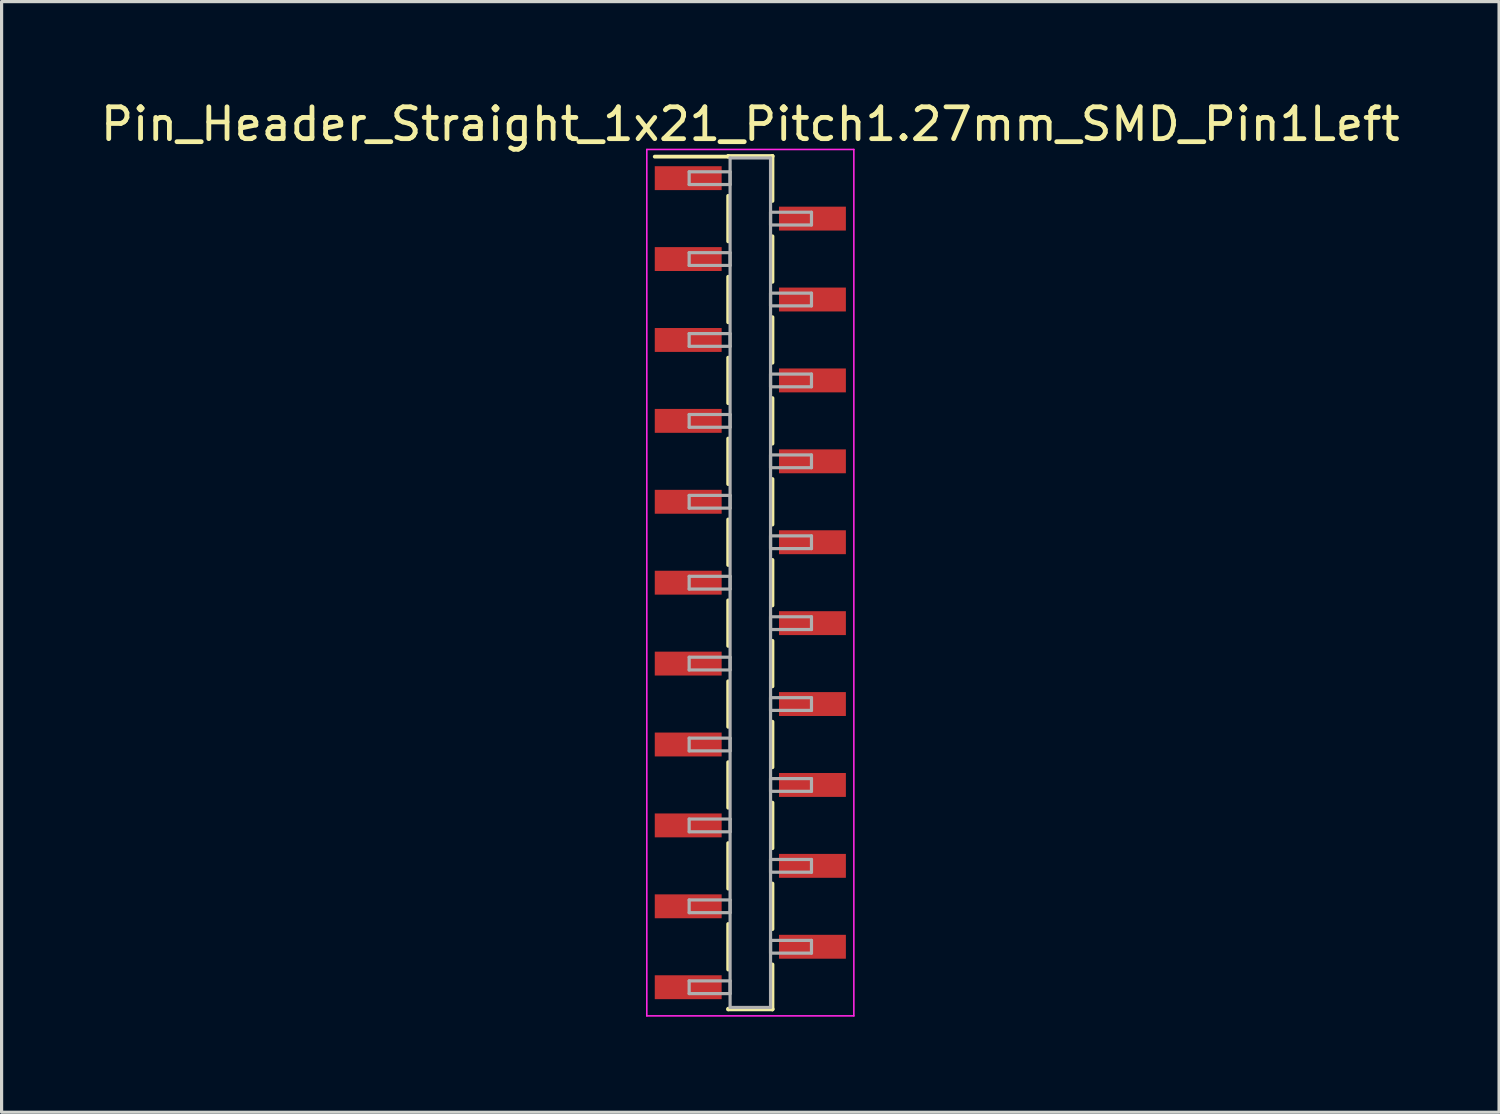
<source format=kicad_pcb>
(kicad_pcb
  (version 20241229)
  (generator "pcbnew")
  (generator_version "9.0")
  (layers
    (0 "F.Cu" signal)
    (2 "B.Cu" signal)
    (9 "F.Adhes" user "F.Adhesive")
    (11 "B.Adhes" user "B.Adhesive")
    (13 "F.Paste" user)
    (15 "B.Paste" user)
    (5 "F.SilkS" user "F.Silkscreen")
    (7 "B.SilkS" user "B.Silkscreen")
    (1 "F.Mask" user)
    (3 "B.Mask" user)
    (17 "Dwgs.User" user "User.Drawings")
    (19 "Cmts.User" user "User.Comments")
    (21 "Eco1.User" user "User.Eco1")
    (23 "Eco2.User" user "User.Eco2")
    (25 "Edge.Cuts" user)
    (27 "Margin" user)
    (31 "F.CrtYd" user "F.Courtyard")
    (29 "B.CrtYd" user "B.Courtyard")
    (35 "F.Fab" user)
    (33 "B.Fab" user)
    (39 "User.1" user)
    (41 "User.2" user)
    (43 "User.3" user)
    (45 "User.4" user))
  (footprint "Pin_Header_Straight_1x21_Pitch1.27mm_SMD_Pin1Left"
    (layer "F.Cu")
    (at 20.506 15.243)
    (property "Reference" "Pin_Header_Straight_1x21_Pitch1.27mm_SMD_Pin1Left" (at 0 -14.395 0) (layer "F.SilkS") (effects (font (size 1 1) (thickness 0.15))))
    (attr smd)
    (fp_line (start -0.695 -13.395) (end 0.695 -13.395) (stroke (width 0.12) (type solid)) (layer "F.SilkS"))
    (fp_line (start -0.695 -13.375) (end -3 -13.375) (stroke (width 0.12) (type solid)) (layer "F.SilkS"))
    (fp_line (start -0.695 -13.375) (end -0.695 -13.395) (stroke (width 0.12) (type solid)) (layer "F.SilkS"))
    (fp_line (start -0.695 -12.145) (end -0.695 -10.715) (stroke (width 0.12) (type solid)) (layer "F.SilkS"))
    (fp_line (start -0.695 -9.605) (end -0.695 -8.175) (stroke (width 0.12) (type solid)) (layer "F.SilkS"))
    (fp_line (start -0.695 -7.065) (end -0.695 -5.635) (stroke (width 0.12) (type solid)) (layer "F.SilkS"))
    (fp_line (start -0.695 -4.525) (end -0.695 -3.095) (stroke (width 0.12) (type solid)) (layer "F.SilkS"))
    (fp_line (start -0.695 -1.985) (end -0.695 -0.555) (stroke (width 0.12) (type solid)) (layer "F.SilkS"))
    (fp_line (start -0.695 0.555) (end -0.695 1.985) (stroke (width 0.12) (type solid)) (layer "F.SilkS"))
    (fp_line (start -0.695 3.095) (end -0.695 4.525) (stroke (width 0.12) (type solid)) (layer "F.SilkS"))
    (fp_line (start -0.695 5.635) (end -0.695 7.065) (stroke (width 0.12) (type solid)) (layer "F.SilkS"))
    (fp_line (start -0.695 8.175) (end -0.695 9.605) (stroke (width 0.12) (type solid)) (layer "F.SilkS"))
    (fp_line (start -0.695 10.715) (end -0.695 12.145) (stroke (width 0.12) (type solid)) (layer "F.SilkS"))
    (fp_line (start -0.695 13.375) (end -0.695 13.395) (stroke (width 0.12) (type solid)) (layer "F.SilkS"))
    (fp_line (start -0.695 13.395) (end 0.695 13.395) (stroke (width 0.12) (type solid)) (layer "F.SilkS"))
    (fp_line (start 0.695 -13.395) (end 0.695 -13.375) (stroke (width 0.12) (type solid)) (layer "F.SilkS"))
    (fp_line (start 0.695 -13.395) (end 0.695 -11.985) (stroke (width 0.12) (type solid)) (layer "F.SilkS"))
    (fp_line (start 0.695 -10.875) (end 0.695 -9.445) (stroke (width 0.12) (type solid)) (layer "F.SilkS"))
    (fp_line (start 0.695 -8.335) (end 0.695 -6.905) (stroke (width 0.12) (type solid)) (layer "F.SilkS"))
    (fp_line (start 0.695 -5.795) (end 0.695 -4.365) (stroke (width 0.12) (type solid)) (layer "F.SilkS"))
    (fp_line (start 0.695 -3.255) (end 0.695 -1.825) (stroke (width 0.12) (type solid)) (layer "F.SilkS"))
    (fp_line (start 0.695 -0.715) (end 0.695 0.715) (stroke (width 0.12) (type solid)) (layer "F.SilkS"))
    (fp_line (start 0.695 1.825) (end 0.695 3.255) (stroke (width 0.12) (type solid)) (layer "F.SilkS"))
    (fp_line (start 0.695 4.365) (end 0.695 5.795) (stroke (width 0.12) (type solid)) (layer "F.SilkS"))
    (fp_line (start 0.695 6.905) (end 0.695 8.335) (stroke (width 0.12) (type solid)) (layer "F.SilkS"))
    (fp_line (start 0.695 9.445) (end 0.695 10.875) (stroke (width 0.12) (type solid)) (layer "F.SilkS"))
    (fp_line (start 0.695 11.985) (end 0.695 13.395) (stroke (width 0.12) (type solid)) (layer "F.SilkS"))
    (fp_line (start 0.695 13.395) (end 0.695 13.375) (stroke (width 0.12) (type solid)) (layer "F.SilkS"))
    (fp_line (start -3.25 -13.6) (end -3.25 13.6) (stroke (width 0.05) (type solid)) (layer "F.CrtYd"))
    (fp_line (start -3.25 13.6) (end 3.25 13.6) (stroke (width 0.05) (type solid)) (layer "F.CrtYd"))
    (fp_line (start 3.25 -13.6) (end -3.25 -13.6) (stroke (width 0.05) (type solid)) (layer "F.CrtYd"))
    (fp_line (start 3.25 13.6) (end 3.25 -13.6) (stroke (width 0.05) (type solid)) (layer "F.CrtYd"))
    (fp_line (start -1.92 -12.9) (end -0.635 -12.9) (stroke (width 0.1) (type solid)) (layer "F.Fab"))
    (fp_line (start -1.92 -12.5) (end -1.92 -12.9) (stroke (width 0.1) (type solid)) (layer "F.Fab"))
    (fp_line (start -1.92 -10.36) (end -0.635 -10.36) (stroke (width 0.1) (type solid)) (layer "F.Fab"))
    (fp_line (start -1.92 -9.96) (end -1.92 -10.36) (stroke (width 0.1) (type solid)) (layer "F.Fab"))
    (fp_line (start -1.92 -7.82) (end -0.635 -7.82) (stroke (width 0.1) (type solid)) (layer "F.Fab"))
    (fp_line (start -1.92 -7.42) (end -1.92 -7.82) (stroke (width 0.1) (type solid)) (layer "F.Fab"))
    (fp_line (start -1.92 -5.28) (end -0.635 -5.28) (stroke (width 0.1) (type solid)) (layer "F.Fab"))
    (fp_line (start -1.92 -4.88) (end -1.92 -5.28) (stroke (width 0.1) (type solid)) (layer "F.Fab"))
    (fp_line (start -1.92 -2.74) (end -0.635 -2.74) (stroke (width 0.1) (type solid)) (layer "F.Fab"))
    (fp_line (start -1.92 -2.34) (end -1.92 -2.74) (stroke (width 0.1) (type solid)) (layer "F.Fab"))
    (fp_line (start -1.92 -0.2) (end -0.635 -0.2) (stroke (width 0.1) (type solid)) (layer "F.Fab"))
    (fp_line (start -1.92 0.2) (end -1.92 -0.2) (stroke (width 0.1) (type solid)) (layer "F.Fab"))
    (fp_line (start -1.92 2.34) (end -0.635 2.34) (stroke (width 0.1) (type solid)) (layer "F.Fab"))
    (fp_line (start -1.92 2.74) (end -1.92 2.34) (stroke (width 0.1) (type solid)) (layer "F.Fab"))
    (fp_line (start -1.92 4.88) (end -0.635 4.88) (stroke (width 0.1) (type solid)) (layer "F.Fab"))
    (fp_line (start -1.92 5.28) (end -1.92 4.88) (stroke (width 0.1) (type solid)) (layer "F.Fab"))
    (fp_line (start -1.92 7.42) (end -0.635 7.42) (stroke (width 0.1) (type solid)) (layer "F.Fab"))
    (fp_line (start -1.92 7.82) (end -1.92 7.42) (stroke (width 0.1) (type solid)) (layer "F.Fab"))
    (fp_line (start -1.92 9.96) (end -0.635 9.96) (stroke (width 0.1) (type solid)) (layer "F.Fab"))
    (fp_line (start -1.92 10.36) (end -1.92 9.96) (stroke (width 0.1) (type solid)) (layer "F.Fab"))
    (fp_line (start -1.92 12.5) (end -0.635 12.5) (stroke (width 0.1) (type solid)) (layer "F.Fab"))
    (fp_line (start -1.92 12.9) (end -1.92 12.5) (stroke (width 0.1) (type solid)) (layer "F.Fab"))
    (fp_line (start -0.635 -13.335) (end -0.635 13.335) (stroke (width 0.1) (type solid)) (layer "F.Fab"))
    (fp_line (start -0.635 -12.9) (end -0.635 -12.5) (stroke (width 0.1) (type solid)) (layer "F.Fab"))
    (fp_line (start -0.635 -12.5) (end -1.92 -12.5) (stroke (width 0.1) (type solid)) (layer "F.Fab"))
    (fp_line (start -0.635 -10.36) (end -0.635 -9.96) (stroke (width 0.1) (type solid)) (layer "F.Fab"))
    (fp_line (start -0.635 -9.96) (end -1.92 -9.96) (stroke (width 0.1) (type solid)) (layer "F.Fab"))
    (fp_line (start -0.635 -7.82) (end -0.635 -7.42) (stroke (width 0.1) (type solid)) (layer "F.Fab"))
    (fp_line (start -0.635 -7.42) (end -1.92 -7.42) (stroke (width 0.1) (type solid)) (layer "F.Fab"))
    (fp_line (start -0.635 -5.28) (end -0.635 -4.88) (stroke (width 0.1) (type solid)) (layer "F.Fab"))
    (fp_line (start -0.635 -4.88) (end -1.92 -4.88) (stroke (width 0.1) (type solid)) (layer "F.Fab"))
    (fp_line (start -0.635 -2.74) (end -0.635 -2.34) (stroke (width 0.1) (type solid)) (layer "F.Fab"))
    (fp_line (start -0.635 -2.34) (end -1.92 -2.34) (stroke (width 0.1) (type solid)) (layer "F.Fab"))
    (fp_line (start -0.635 -0.2) (end -0.635 0.2) (stroke (width 0.1) (type solid)) (layer "F.Fab"))
    (fp_line (start -0.635 0.2) (end -1.92 0.2) (stroke (width 0.1) (type solid)) (layer "F.Fab"))
    (fp_line (start -0.635 2.34) (end -0.635 2.74) (stroke (width 0.1) (type solid)) (layer "F.Fab"))
    (fp_line (start -0.635 2.74) (end -1.92 2.74) (stroke (width 0.1) (type solid)) (layer "F.Fab"))
    (fp_line (start -0.635 4.88) (end -0.635 5.28) (stroke (width 0.1) (type solid)) (layer "F.Fab"))
    (fp_line (start -0.635 5.28) (end -1.92 5.28) (stroke (width 0.1) (type solid)) (layer "F.Fab"))
    (fp_line (start -0.635 7.42) (end -0.635 7.82) (stroke (width 0.1) (type solid)) (layer "F.Fab"))
    (fp_line (start -0.635 7.82) (end -1.92 7.82) (stroke (width 0.1) (type solid)) (layer "F.Fab"))
    (fp_line (start -0.635 9.96) (end -0.635 10.36) (stroke (width 0.1) (type solid)) (layer "F.Fab"))
    (fp_line (start -0.635 10.36) (end -1.92 10.36) (stroke (width 0.1) (type solid)) (layer "F.Fab"))
    (fp_line (start -0.635 12.5) (end -0.635 12.9) (stroke (width 0.1) (type solid)) (layer "F.Fab"))
    (fp_line (start -0.635 12.9) (end -1.92 12.9) (stroke (width 0.1) (type solid)) (layer "F.Fab"))
    (fp_line (start -0.635 13.335) (end 0.635 13.335) (stroke (width 0.1) (type solid)) (layer "F.Fab"))
    (fp_line (start 0.635 -13.335) (end -0.635 -13.335) (stroke (width 0.1) (type solid)) (layer "F.Fab"))
    (fp_line (start 0.635 -11.63) (end 0.635 -11.23) (stroke (width 0.1) (type solid)) (layer "F.Fab"))
    (fp_line (start 0.635 -11.23) (end 1.92 -11.23) (stroke (width 0.1) (type solid)) (layer "F.Fab"))
    (fp_line (start 0.635 -9.09) (end 0.635 -8.69) (stroke (width 0.1) (type solid)) (layer "F.Fab"))
    (fp_line (start 0.635 -8.69) (end 1.92 -8.69) (stroke (width 0.1) (type solid)) (layer "F.Fab"))
    (fp_line (start 0.635 -6.55) (end 0.635 -6.15) (stroke (width 0.1) (type solid)) (layer "F.Fab"))
    (fp_line (start 0.635 -6.15) (end 1.92 -6.15) (stroke (width 0.1) (type solid)) (layer "F.Fab"))
    (fp_line (start 0.635 -4.01) (end 0.635 -3.61) (stroke (width 0.1) (type solid)) (layer "F.Fab"))
    (fp_line (start 0.635 -3.61) (end 1.92 -3.61) (stroke (width 0.1) (type solid)) (layer "F.Fab"))
    (fp_line (start 0.635 -1.47) (end 0.635 -1.07) (stroke (width 0.1) (type solid)) (layer "F.Fab"))
    (fp_line (start 0.635 -1.07) (end 1.92 -1.07) (stroke (width 0.1) (type solid)) (layer "F.Fab"))
    (fp_line (start 0.635 1.07) (end 0.635 1.47) (stroke (width 0.1) (type solid)) (layer "F.Fab"))
    (fp_line (start 0.635 1.47) (end 1.92 1.47) (stroke (width 0.1) (type solid)) (layer "F.Fab"))
    (fp_line (start 0.635 3.61) (end 0.635 4.01) (stroke (width 0.1) (type solid)) (layer "F.Fab"))
    (fp_line (start 0.635 4.01) (end 1.92 4.01) (stroke (width 0.1) (type solid)) (layer "F.Fab"))
    (fp_line (start 0.635 6.15) (end 0.635 6.55) (stroke (width 0.1) (type solid)) (layer "F.Fab"))
    (fp_line (start 0.635 6.55) (end 1.92 6.55) (stroke (width 0.1) (type solid)) (layer "F.Fab"))
    (fp_line (start 0.635 8.69) (end 0.635 9.09) (stroke (width 0.1) (type solid)) (layer "F.Fab"))
    (fp_line (start 0.635 9.09) (end 1.92 9.09) (stroke (width 0.1) (type solid)) (layer "F.Fab"))
    (fp_line (start 0.635 11.23) (end 0.635 11.63) (stroke (width 0.1) (type solid)) (layer "F.Fab"))
    (fp_line (start 0.635 11.63) (end 1.92 11.63) (stroke (width 0.1) (type solid)) (layer "F.Fab"))
    (fp_line (start 0.635 13.335) (end 0.635 -13.335) (stroke (width 0.1) (type solid)) (layer "F.Fab"))
    (fp_line (start 1.92 -11.63) (end 0.635 -11.63) (stroke (width 0.1) (type solid)) (layer "F.Fab"))
    (fp_line (start 1.92 -11.23) (end 1.92 -11.63) (stroke (width 0.1) (type solid)) (layer "F.Fab"))
    (fp_line (start 1.92 -9.09) (end 0.635 -9.09) (stroke (width 0.1) (type solid)) (layer "F.Fab"))
    (fp_line (start 1.92 -8.69) (end 1.92 -9.09) (stroke (width 0.1) (type solid)) (layer "F.Fab"))
    (fp_line (start 1.92 -6.55) (end 0.635 -6.55) (stroke (width 0.1) (type solid)) (layer "F.Fab"))
    (fp_line (start 1.92 -6.15) (end 1.92 -6.55) (stroke (width 0.1) (type solid)) (layer "F.Fab"))
    (fp_line (start 1.92 -4.01) (end 0.635 -4.01) (stroke (width 0.1) (type solid)) (layer "F.Fab"))
    (fp_line (start 1.92 -3.61) (end 1.92 -4.01) (stroke (width 0.1) (type solid)) (layer "F.Fab"))
    (fp_line (start 1.92 -1.47) (end 0.635 -1.47) (stroke (width 0.1) (type solid)) (layer "F.Fab"))
    (fp_line (start 1.92 -1.07) (end 1.92 -1.47) (stroke (width 0.1) (type solid)) (layer "F.Fab"))
    (fp_line (start 1.92 1.07) (end 0.635 1.07) (stroke (width 0.1) (type solid)) (layer "F.Fab"))
    (fp_line (start 1.92 1.47) (end 1.92 1.07) (stroke (width 0.1) (type solid)) (layer "F.Fab"))
    (fp_line (start 1.92 3.61) (end 0.635 3.61) (stroke (width 0.1) (type solid)) (layer "F.Fab"))
    (fp_line (start 1.92 4.01) (end 1.92 3.61) (stroke (width 0.1) (type solid)) (layer "F.Fab"))
    (fp_line (start 1.92 6.15) (end 0.635 6.15) (stroke (width 0.1) (type solid)) (layer "F.Fab"))
    (fp_line (start 1.92 6.55) (end 1.92 6.15) (stroke (width 0.1) (type solid)) (layer "F.Fab"))
    (fp_line (start 1.92 8.69) (end 0.635 8.69) (stroke (width 0.1) (type solid)) (layer "F.Fab"))
    (fp_line (start 1.92 9.09) (end 1.92 8.69) (stroke (width 0.1) (type solid)) (layer "F.Fab"))
    (fp_line (start 1.92 11.23) (end 0.635 11.23) (stroke (width 0.1) (type solid)) (layer "F.Fab"))
    (fp_line (start 1.92 11.63) (end 1.92 11.23) (stroke (width 0.1) (type solid)) (layer "F.Fab"))
    (pad "1" smd rect (at -1.95 -12.7) (size 2.1 0.75) (layers "F.Cu" "F.Mask"))
    (pad "2" smd rect (at 1.95 -11.43) (size 2.1 0.75) (layers "F.Cu" "F.Mask"))
    (pad "3" smd rect (at -1.95 -10.16) (size 2.1 0.75) (layers "F.Cu" "F.Mask"))
    (pad "4" smd rect (at 1.95 -8.89) (size 2.1 0.75) (layers "F.Cu" "F.Mask"))
    (pad "5" smd rect (at -1.95 -7.62) (size 2.1 0.75) (layers "F.Cu" "F.Mask"))
    (pad "6" smd rect (at 1.95 -6.35) (size 2.1 0.75) (layers "F.Cu" "F.Mask"))
    (pad "7" smd rect (at -1.95 -5.08) (size 2.1 0.75) (layers "F.Cu" "F.Mask"))
    (pad "8" smd rect (at 1.95 -3.81) (size 2.1 0.75) (layers "F.Cu" "F.Mask"))
    (pad "9" smd rect (at -1.95 -2.54) (size 2.1 0.75) (layers "F.Cu" "F.Mask"))
    (pad "10" smd rect (at 1.95 -1.27) (size 2.1 0.75) (layers "F.Cu" "F.Mask"))
    (pad "11" smd rect (at -1.95 0) (size 2.1 0.75) (layers "F.Cu" "F.Mask"))
    (pad "12" smd rect (at 1.95 1.27) (size 2.1 0.75) (layers "F.Cu" "F.Mask"))
    (pad "13" smd rect (at -1.95 2.54) (size 2.1 0.75) (layers "F.Cu" "F.Mask"))
    (pad "14" smd rect (at 1.95 3.81) (size 2.1 0.75) (layers "F.Cu" "F.Mask"))
    (pad "15" smd rect (at -1.95 5.08) (size 2.1 0.75) (layers "F.Cu" "F.Mask"))
    (pad "16" smd rect (at 1.95 6.35) (size 2.1 0.75) (layers "F.Cu" "F.Mask"))
    (pad "17" smd rect (at -1.95 7.62) (size 2.1 0.75) (layers "F.Cu" "F.Mask"))
    (pad "18" smd rect (at 1.95 8.89) (size 2.1 0.75) (layers "F.Cu" "F.Mask"))
    (pad "19" smd rect (at -1.95 10.16) (size 2.1 0.75) (layers "F.Cu" "F.Mask"))
    (pad "20" smd rect (at 1.95 11.43) (size 2.1 0.75) (layers "F.Cu" "F.Mask"))
    (pad "21" smd rect (at -1.95 12.7) (size 2.1 0.75) (layers "F.Cu" "F.Mask")))
  (gr_rect
    (start -3 -3)
    (end 44.012 31.868)
    (stroke (width 0.1) (type default))
    (fill no)
    (layer "Edge.Cuts")))
</source>
